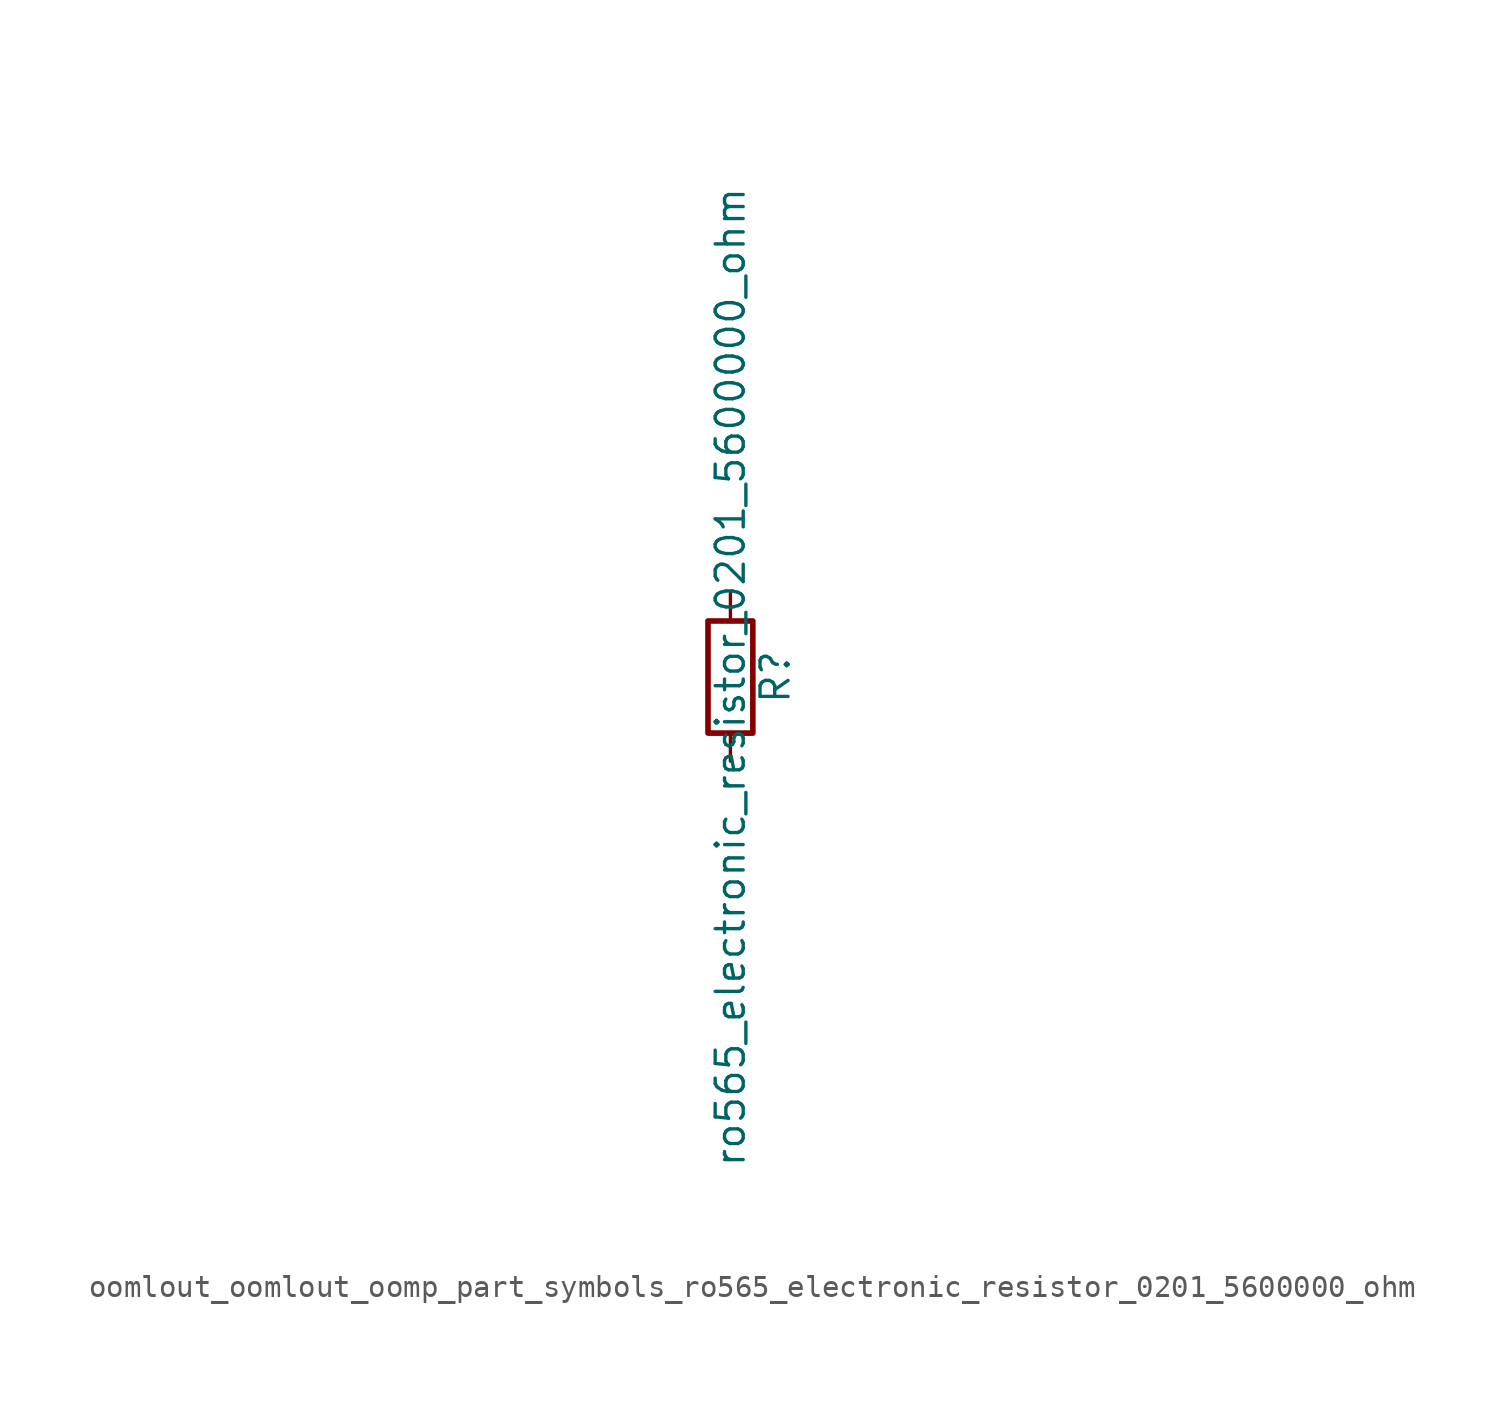
<source format=kicad_sym>
(kicad_symbol_lib
  (version 20220914)
  (generator kicad_symbol_editor)
  (symbol "oomlout_oomlout_oomp_part_symbols_ro565_electronic_resistor_0201_5600000_ohm"
    (pin_numbers hide)
    (pin_names
      (offset 0))
    (property "Reference" "R"
      (at 2.032 0 90)
      (effects (font (size 1.27 1.27))))
    (property "Value" "ro565_electronic_resistor_0201_5600000_ohm"
      (at 0 0 90)
      (effects (font (size 1.27 1.27))))
    (symbol "oomlout_oomlout_oomp_part_symbols_ro565_electronic_resistor_0201_5600000_ohm_0_1"
      (rectangle (start -1.016 -2.54) (end 1.016 2.54) (stroke (width 0.254) (type default)) (fill (type none))))
    (symbol "oomlout_oomlout_oomp_part_symbols_ro565_electronic_resistor_0201_5600000_ohm_1_1"
      (pin passive line (at 0 3.81 270) (length 1.27) (name "~" (effects (font (size 1.27 1.27)))) (number "1" (effects (font (size 1.27 1.27)))))
      (pin passive line (at 0 -3.81 90) (length 1.27) (name "~" (effects (font (size 1.27 1.27)))) (number "2" (effects (font (size 1.27 1.27))))))))
</source>
